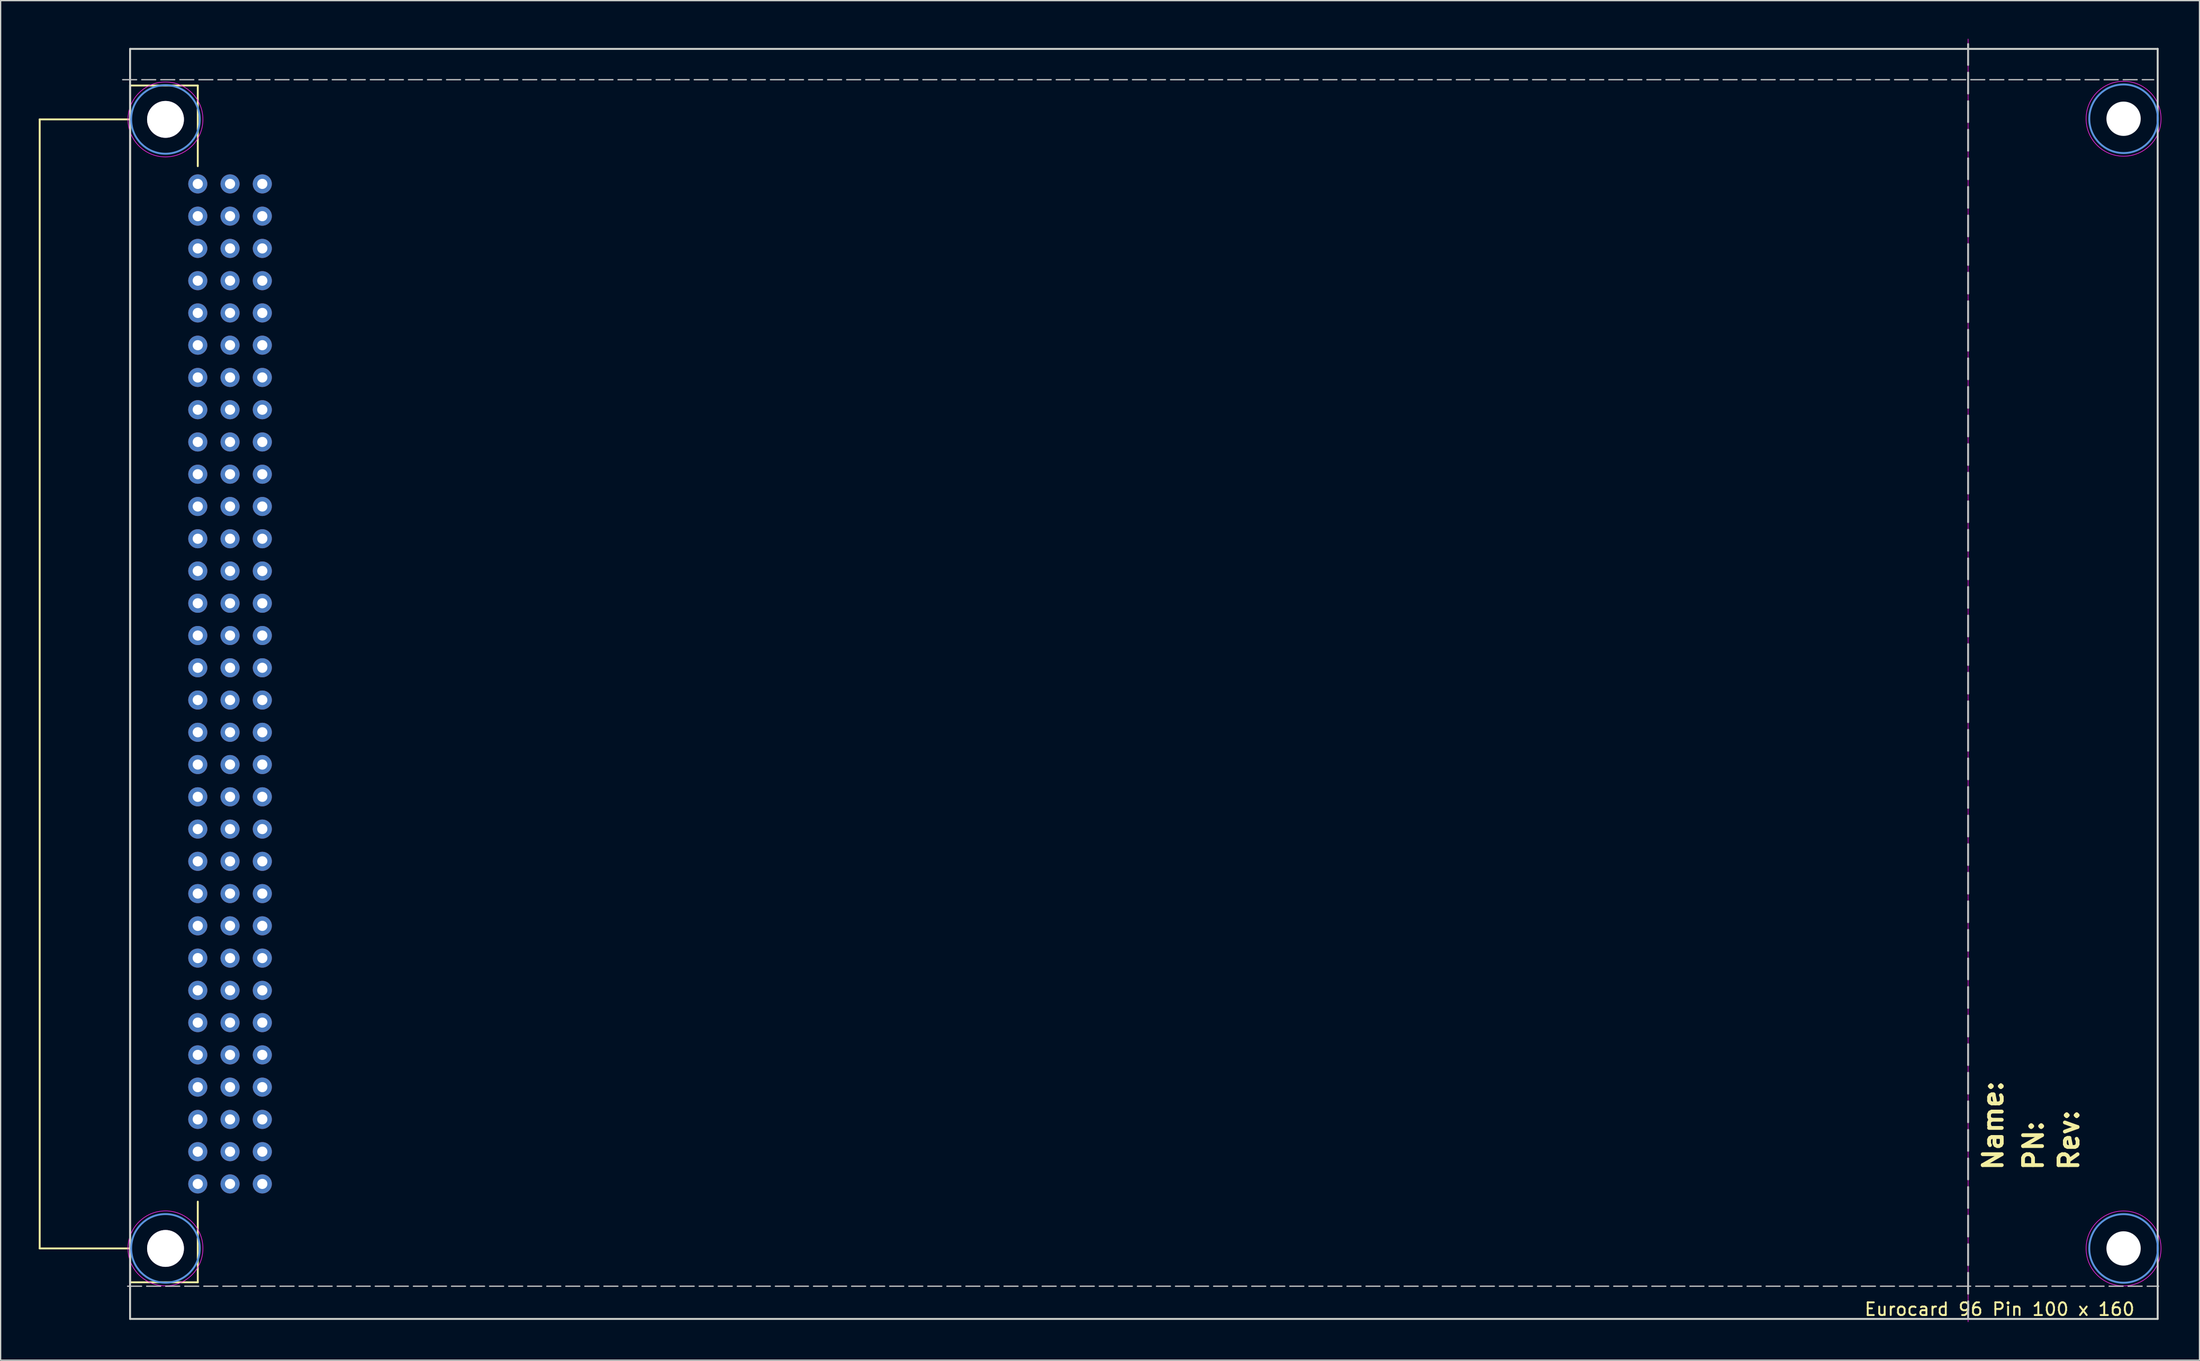
<source format=kicad_pcb>
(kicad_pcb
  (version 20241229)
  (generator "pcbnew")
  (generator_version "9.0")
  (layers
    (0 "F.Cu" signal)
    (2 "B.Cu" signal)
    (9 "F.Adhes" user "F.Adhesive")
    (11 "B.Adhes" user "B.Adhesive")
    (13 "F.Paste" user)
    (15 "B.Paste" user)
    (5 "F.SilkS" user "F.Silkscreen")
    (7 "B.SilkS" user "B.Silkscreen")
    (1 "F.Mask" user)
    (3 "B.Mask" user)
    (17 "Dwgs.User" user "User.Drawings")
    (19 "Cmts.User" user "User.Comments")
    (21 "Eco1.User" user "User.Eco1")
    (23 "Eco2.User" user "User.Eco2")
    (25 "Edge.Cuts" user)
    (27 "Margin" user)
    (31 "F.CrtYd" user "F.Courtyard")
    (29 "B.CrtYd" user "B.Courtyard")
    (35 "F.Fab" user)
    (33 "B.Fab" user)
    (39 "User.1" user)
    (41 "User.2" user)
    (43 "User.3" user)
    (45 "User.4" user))
  (footprint "Eurocard 96 Pin 100 x 160"
    (layer "F.Cu")
    (at 166.821 100.8)
    (property "Reference" "Eurocard 96 Pin 100 x 160" (at -12.446 -0.762 0) (unlocked yes) (layer "F.SilkS") (effects (font (size 1 1) (thickness 0.15))))
    (attr through_hole)
    (fp_line (start -166.746 -94.45) (end -159.634 -94.45) (stroke (width 0.15) (type solid)) (layer "F.SilkS"))
    (fp_line (start -166.746 -5.55) (end -166.746 -94.45) (stroke (width 0.15) (type solid)) (layer "F.SilkS"))
    (fp_line (start -159.634 -97.117) (end -154.3 -97.117) (stroke (width 0.15) (type solid)) (layer "F.SilkS"))
    (fp_line (start -159.634 -5.55) (end -166.746 -5.55) (stroke (width 0.15) (type solid)) (layer "F.SilkS"))
    (fp_line (start -159.634 -2.883) (end -159.634 -97.117) (stroke (width 0.15) (type solid)) (layer "F.SilkS"))
    (fp_line (start -154.3 -97.117) (end -154.3 -90.767) (stroke (width 0.15) (type solid)) (layer "F.SilkS"))
    (fp_line (start -154.3 -2.883) (end -159.634 -2.883) (stroke (width 0.15) (type solid)) (layer "F.SilkS"))
    (fp_line (start -154.3 -2.883) (end -154.3 -9.233) (stroke (width 0.15) (type solid)) (layer "F.SilkS"))
    (fp_line (start -160.215 -97.575) (end -0.315 -97.575) (stroke (width 0.1) (type dash)) (layer "Dwgs.User"))
    (fp_line (start -159.825 -2.575) (end 0.075 -2.575) (stroke (width 0.1) (type dash)) (layer "Dwgs.User"))
    (fp_line (start -14.925 -100.385) (end -14.925 -0.015) (stroke (width 0.15) (type dash)) (layer "Dwgs.User"))
    (fp_circle (center -156.845 -94.445) (end -154.145 -94.445) (stroke (width 0.15) (type solid)) (fill no) (layer "Cmts.User"))
    (fp_circle (center -156.845 -5.555) (end -154.145 -5.555) (stroke (width 0.15) (type solid)) (fill no) (layer "Cmts.User"))
    (fp_circle (center -2.685 -94.5) (end 0.015 -94.5) (stroke (width 0.15) (type solid)) (fill no) (layer "Cmts.User"))
    (fp_circle (center -2.685 -5.55) (end 0.015 -5.55) (stroke (width 0.15) (type solid)) (fill no) (layer "Cmts.User"))
    (fp_line (start -159.63 -100) (end -159.63 0) (stroke (width 0.15) (type solid)) (layer "Edge.Cuts"))
    (fp_line (start -159.63 0) (end 0 0) (stroke (width 0.15) (type solid)) (layer "Edge.Cuts"))
    (fp_line (start 0 -100) (end -159.63 -100) (stroke (width 0.15) (type solid)) (layer "Edge.Cuts"))
    (fp_line (start 0 -100) (end 0 -100) (stroke (width 0.15) (type solid)) (layer "Edge.Cuts"))
    (fp_line (start 0 0) (end 0 -100) (stroke (width 0.15) (type solid)) (layer "Edge.Cuts"))
    (fp_line (start -14.925 -97.625) (end -14.925 -100.775) (stroke (width 0.05) (type solid)) (layer "F.CrtYd"))
    (fp_line (start -14.925 -97.575) (end -14.925 -0.075) (stroke (width 0.05) (type solid)) (layer "F.CrtYd"))
    (fp_line (start -14.925 -0.075) (end -14.925 0.225) (stroke (width 0.05) (type solid)) (layer "F.CrtYd"))
    (fp_circle (center -156.845 -94.445) (end -153.895 -94.445) (stroke (width 0.05) (type solid)) (fill no) (layer "F.CrtYd"))
    (fp_circle (center -156.845 -5.555) (end -153.895 -5.555) (stroke (width 0.05) (type solid)) (fill no) (layer "F.CrtYd"))
    (fp_circle (center -2.685 -94.5) (end 0.265 -94.5) (stroke (width 0.05) (type solid)) (fill no) (layer "F.CrtYd"))
    (fp_circle (center -2.685 -5.55) (end 0.265 -5.55) (stroke (width 0.05) (type solid)) (fill no) (layer "F.CrtYd"))
    (fp_text user "Name: " (at -12.954 -11.557 90) (unlocked yes) (layer "F.SilkS") (effects (font (size 1.5 1.5) (thickness 0.3)) (justify left)))
    (fp_text user "PN: " (at -9.779 -11.557 90) (unlocked yes) (layer "F.SilkS") (effects (font (size 1.5 1.5) (thickness 0.3)) (justify left)))
    (fp_text user "Rev:" (at -6.985 -11.557 90) (unlocked yes) (layer "F.SilkS") (effects (font (size 1.5 1.5) (thickness 0.3)) (justify left)))
    (pad "" np_thru_hole circle (at -156.845 -94.445) (size 2.7 2.7) (drill 2.7) (layers "*.Cu" "*.Mask"))
    (pad "" np_thru_hole circle (at -156.845 -5.555) (size 2.7 2.7) (drill 2.7) (layers "*.Cu" "*.Mask"))
    (pad "" np_thru_hole circle (at -2.685 -94.5) (size 2.7 2.7) (drill 2.7) (layers "*.Cu" "*.Mask"))
    (pad "" np_thru_hole circle (at -2.685 -5.55) (size 2.7 2.7) (drill 2.7) (layers "*.Cu" "*.Mask"))
    (pad "1" thru_hole circle (at -156.84 -94.45 270) (size 2.901 2.901) (drill 2.901) (layers "*.Cu" "*.Mask"))
    (pad "1" thru_hole circle (at -156.84 -5.55 270) (size 2.901 2.901) (drill 2.901) (layers "*.Cu" "*.Mask"))
    (pad "1a" thru_hole circle (at -154.3 -10.63 90) (size 1.501 1.501) (drill 0.8) (layers "*.Cu" "*.Mask"))
    (pad "1b" thru_hole circle (at -151.76 -10.63 90) (size 1.501 1.501) (drill 0.8) (layers "*.Cu" "*.Mask"))
    (pad "1c" thru_hole circle (at -149.22 -10.63 90) (size 1.501 1.501) (drill 0.8) (layers "*.Cu" "*.Mask"))
    (pad "2a" thru_hole circle (at -154.3 -13.17 90) (size 1.501 1.501) (drill 0.8) (layers "*.Cu" "*.Mask"))
    (pad "2b" thru_hole circle (at -151.76 -13.17 90) (size 1.501 1.501) (drill 0.8) (layers "*.Cu" "*.Mask"))
    (pad "2c" thru_hole circle (at -149.22 -13.17 90) (size 1.501 1.501) (drill 0.8) (layers "*.Cu" "*.Mask"))
    (pad "3a" thru_hole circle (at -154.3 -15.71 90) (size 1.501 1.501) (drill 0.8) (layers "*.Cu" "*.Mask"))
    (pad "3b" thru_hole circle (at -151.76 -15.71 90) (size 1.501 1.501) (drill 0.8) (layers "*.Cu" "*.Mask"))
    (pad "3c" thru_hole circle (at -149.22 -15.71 90) (size 1.501 1.501) (drill 0.8) (layers "*.Cu" "*.Mask"))
    (pad "4a" thru_hole circle (at -154.3 -18.25 90) (size 1.501 1.501) (drill 0.8) (layers "*.Cu" "*.Mask"))
    (pad "4b" thru_hole circle (at -151.76 -18.25 90) (size 1.501 1.501) (drill 0.8) (layers "*.Cu" "*.Mask"))
    (pad "4c" thru_hole circle (at -149.22 -18.25 90) (size 1.501 1.501) (drill 0.8) (layers "*.Cu" "*.Mask"))
    (pad "5a" thru_hole circle (at -154.3 -20.79 90) (size 1.501 1.501) (drill 0.8) (layers "*.Cu" "*.Mask"))
    (pad "5b" thru_hole circle (at -151.76 -20.79 90) (size 1.501 1.501) (drill 0.8) (layers "*.Cu" "*.Mask"))
    (pad "5c" thru_hole circle (at -149.22 -20.79 90) (size 1.501 1.501) (drill 0.8) (layers "*.Cu" "*.Mask"))
    (pad "6a" thru_hole circle (at -154.3 -23.33 90) (size 1.501 1.501) (drill 0.8) (layers "*.Cu" "*.Mask"))
    (pad "6b" thru_hole circle (at -151.76 -23.33 90) (size 1.501 1.501) (drill 0.8) (layers "*.Cu" "*.Mask"))
    (pad "6c" thru_hole circle (at -149.22 -23.33 90) (size 1.501 1.501) (drill 0.8) (layers "*.Cu" "*.Mask"))
    (pad "7a" thru_hole circle (at -154.3 -25.87 90) (size 1.501 1.501) (drill 0.8) (layers "*.Cu" "*.Mask"))
    (pad "7b" thru_hole circle (at -151.76 -25.87 90) (size 1.501 1.501) (drill 0.8) (layers "*.Cu" "*.Mask"))
    (pad "7c" thru_hole circle (at -149.22 -25.87 90) (size 1.501 1.501) (drill 0.8) (layers "*.Cu" "*.Mask"))
    (pad "8a" thru_hole circle (at -154.3 -28.41 90) (size 1.501 1.501) (drill 0.8) (layers "*.Cu" "*.Mask"))
    (pad "8b" thru_hole circle (at -151.76 -28.41 90) (size 1.501 1.501) (drill 0.8) (layers "*.Cu" "*.Mask"))
    (pad "8c" thru_hole circle (at -149.22 -28.41 90) (size 1.501 1.501) (drill 0.8) (layers "*.Cu" "*.Mask"))
    (pad "9a" thru_hole circle (at -154.3 -30.95 90) (size 1.501 1.501) (drill 0.8) (layers "*.Cu" "*.Mask"))
    (pad "9b" thru_hole circle (at -151.76 -30.95 90) (size 1.501 1.501) (drill 0.8) (layers "*.Cu" "*.Mask"))
    (pad "9c" thru_hole circle (at -149.22 -30.95 90) (size 1.501 1.501) (drill 0.8) (layers "*.Cu" "*.Mask"))
    (pad "10a" thru_hole circle (at -154.3 -33.49 90) (size 1.501 1.501) (drill 0.8) (layers "*.Cu" "*.Mask"))
    (pad "10b" thru_hole circle (at -151.76 -33.49 90) (size 1.501 1.501) (drill 0.8) (layers "*.Cu" "*.Mask"))
    (pad "10c" thru_hole circle (at -149.22 -33.49 90) (size 1.501 1.501) (drill 0.8) (layers "*.Cu" "*.Mask"))
    (pad "11a" thru_hole circle (at -154.3 -36.03 90) (size 1.501 1.501) (drill 0.8) (layers "*.Cu" "*.Mask"))
    (pad "11b" thru_hole circle (at -151.76 -36.03 90) (size 1.501 1.501) (drill 0.8) (layers "*.Cu" "*.Mask"))
    (pad "11c" thru_hole circle (at -149.22 -36.03 90) (size 1.501 1.501) (drill 0.8) (layers "*.Cu" "*.Mask"))
    (pad "12a" thru_hole circle (at -154.3 -38.57 90) (size 1.501 1.501) (drill 0.8) (layers "*.Cu" "*.Mask"))
    (pad "12b" thru_hole circle (at -151.76 -38.57 90) (size 1.501 1.501) (drill 0.8) (layers "*.Cu" "*.Mask"))
    (pad "12c" thru_hole circle (at -149.22 -38.57 90) (size 1.501 1.501) (drill 0.8) (layers "*.Cu" "*.Mask"))
    (pad "13a" thru_hole circle (at -154.3 -41.11 90) (size 1.501 1.501) (drill 0.8) (layers "*.Cu" "*.Mask"))
    (pad "13b" thru_hole circle (at -151.76 -41.11 90) (size 1.501 1.501) (drill 0.8) (layers "*.Cu" "*.Mask"))
    (pad "13c" thru_hole circle (at -149.22 -41.11 90) (size 1.501 1.501) (drill 0.8) (layers "*.Cu" "*.Mask"))
    (pad "14a" thru_hole circle (at -154.3 -43.65 90) (size 1.501 1.501) (drill 0.8) (layers "*.Cu" "*.Mask"))
    (pad "14b" thru_hole circle (at -151.76 -43.65 90) (size 1.501 1.501) (drill 0.8) (layers "*.Cu" "*.Mask"))
    (pad "14c" thru_hole circle (at -149.22 -43.65 90) (size 1.501 1.501) (drill 0.8) (layers "*.Cu" "*.Mask"))
    (pad "15a" thru_hole circle (at -154.3 -46.19 90) (size 1.501 1.501) (drill 0.8) (layers "*.Cu" "*.Mask"))
    (pad "15b" thru_hole circle (at -151.76 -46.19 90) (size 1.501 1.501) (drill 0.8) (layers "*.Cu" "*.Mask"))
    (pad "15c" thru_hole circle (at -149.22 -46.19 90) (size 1.501 1.501) (drill 0.8) (layers "*.Cu" "*.Mask"))
    (pad "16a" thru_hole circle (at -154.3 -48.73 90) (size 1.501 1.501) (drill 0.8) (layers "*.Cu" "*.Mask"))
    (pad "16b" thru_hole circle (at -151.76 -48.73 90) (size 1.501 1.501) (drill 0.8) (layers "*.Cu" "*.Mask"))
    (pad "16c" thru_hole circle (at -149.22 -48.73 90) (size 1.501 1.501) (drill 0.8) (layers "*.Cu" "*.Mask"))
    (pad "17a" thru_hole circle (at -154.3 -51.27 90) (size 1.501 1.501) (drill 0.8) (layers "*.Cu" "*.Mask"))
    (pad "17b" thru_hole circle (at -151.76 -51.27 90) (size 1.501 1.501) (drill 0.8) (layers "*.Cu" "*.Mask"))
    (pad "17c" thru_hole circle (at -149.22 -51.27 90) (size 1.501 1.501) (drill 0.8) (layers "*.Cu" "*.Mask"))
    (pad "18a" thru_hole circle (at -154.3 -53.81 90) (size 1.501 1.501) (drill 0.8) (layers "*.Cu" "*.Mask"))
    (pad "18b" thru_hole circle (at -151.76 -53.81 90) (size 1.501 1.501) (drill 0.8) (layers "*.Cu" "*.Mask"))
    (pad "18c" thru_hole circle (at -149.22 -53.81 90) (size 1.501 1.501) (drill 0.8) (layers "*.Cu" "*.Mask"))
    (pad "19a" thru_hole circle (at -154.3 -56.35 90) (size 1.501 1.501) (drill 0.8) (layers "*.Cu" "*.Mask"))
    (pad "19b" thru_hole circle (at -151.76 -56.35 90) (size 1.501 1.501) (drill 0.8) (layers "*.Cu" "*.Mask"))
    (pad "19c" thru_hole circle (at -149.22 -56.35 90) (size 1.501 1.501) (drill 0.8) (layers "*.Cu" "*.Mask"))
    (pad "20a" thru_hole circle (at -154.3 -58.89 90) (size 1.501 1.501) (drill 0.8) (layers "*.Cu" "*.Mask"))
    (pad "20b" thru_hole circle (at -151.76 -58.89 90) (size 1.501 1.501) (drill 0.8) (layers "*.Cu" "*.Mask"))
    (pad "20c" thru_hole circle (at -149.22 -58.89 90) (size 1.501 1.501) (drill 0.8) (layers "*.Cu" "*.Mask"))
    (pad "21a" thru_hole circle (at -154.3 -61.43 90) (size 1.501 1.501) (drill 0.8) (layers "*.Cu" "*.Mask"))
    (pad "21b" thru_hole circle (at -151.76 -61.43 90) (size 1.501 1.501) (drill 0.8) (layers "*.Cu" "*.Mask"))
    (pad "21c" thru_hole circle (at -149.22 -61.43 90) (size 1.501 1.501) (drill 0.8) (layers "*.Cu" "*.Mask"))
    (pad "22a" thru_hole circle (at -154.3 -63.97 90) (size 1.501 1.501) (drill 0.8) (layers "*.Cu" "*.Mask"))
    (pad "22b" thru_hole circle (at -151.76 -63.97 90) (size 1.501 1.501) (drill 0.8) (layers "*.Cu" "*.Mask"))
    (pad "22c" thru_hole circle (at -149.22 -63.97 90) (size 1.501 1.501) (drill 0.8) (layers "*.Cu" "*.Mask"))
    (pad "23a" thru_hole circle (at -154.3 -66.51 90) (size 1.501 1.501) (drill 0.8) (layers "*.Cu" "*.Mask"))
    (pad "23b" thru_hole circle (at -151.76 -66.51 90) (size 1.501 1.501) (drill 0.8) (layers "*.Cu" "*.Mask"))
    (pad "23c" thru_hole circle (at -149.22 -66.51 90) (size 1.501 1.501) (drill 0.8) (layers "*.Cu" "*.Mask"))
    (pad "24a" thru_hole circle (at -154.3 -69.05 90) (size 1.501 1.501) (drill 0.8) (layers "*.Cu" "*.Mask"))
    (pad "24b" thru_hole circle (at -151.76 -69.05 90) (size 1.501 1.501) (drill 0.8) (layers "*.Cu" "*.Mask"))
    (pad "24c" thru_hole circle (at -149.22 -69.05 90) (size 1.501 1.501) (drill 0.8) (layers "*.Cu" "*.Mask"))
    (pad "25a" thru_hole circle (at -154.3 -71.59 90) (size 1.501 1.501) (drill 0.8) (layers "*.Cu" "*.Mask"))
    (pad "25b" thru_hole circle (at -151.76 -71.59 90) (size 1.501 1.501) (drill 0.8) (layers "*.Cu" "*.Mask"))
    (pad "25c" thru_hole circle (at -149.22 -71.59 90) (size 1.501 1.501) (drill 0.8) (layers "*.Cu" "*.Mask"))
    (pad "26a" thru_hole circle (at -154.3 -74.13 90) (size 1.501 1.501) (drill 0.8) (layers "*.Cu" "*.Mask"))
    (pad "26b" thru_hole circle (at -151.76 -74.13 90) (size 1.501 1.501) (drill 0.8) (layers "*.Cu" "*.Mask"))
    (pad "26c" thru_hole circle (at -149.22 -74.13 90) (size 1.501 1.501) (drill 0.8) (layers "*.Cu" "*.Mask"))
    (pad "27a" thru_hole circle (at -154.3 -76.67 90) (size 1.501 1.501) (drill 0.8) (layers "*.Cu" "*.Mask"))
    (pad "27b" thru_hole circle (at -151.76 -76.67 90) (size 1.501 1.501) (drill 0.8) (layers "*.Cu" "*.Mask"))
    (pad "27c" thru_hole circle (at -149.22 -76.67 90) (size 1.501 1.501) (drill 0.8) (layers "*.Cu" "*.Mask"))
    (pad "28a" thru_hole circle (at -154.3 -79.21 90) (size 1.501 1.501) (drill 0.8) (layers "*.Cu" "*.Mask"))
    (pad "28b" thru_hole circle (at -151.76 -79.21 90) (size 1.501 1.501) (drill 0.8) (layers "*.Cu" "*.Mask"))
    (pad "28c" thru_hole circle (at -149.22 -79.21 90) (size 1.501 1.501) (drill 0.8) (layers "*.Cu" "*.Mask"))
    (pad "29a" thru_hole circle (at -154.3 -81.75 90) (size 1.501 1.501) (drill 0.8) (layers "*.Cu" "*.Mask"))
    (pad "29b" thru_hole circle (at -151.76 -81.75 90) (size 1.501 1.501) (drill 0.8) (layers "*.Cu" "*.Mask"))
    (pad "29c" thru_hole circle (at -149.22 -81.75 90) (size 1.501 1.501) (drill 0.8) (layers "*.Cu" "*.Mask"))
    (pad "30a" thru_hole circle (at -154.3 -84.29 90) (size 1.501 1.501) (drill 0.8) (layers "*.Cu" "*.Mask"))
    (pad "30b" thru_hole circle (at -151.76 -84.29 90) (size 1.501 1.501) (drill 0.8) (layers "*.Cu" "*.Mask"))
    (pad "30c" thru_hole circle (at -149.22 -84.29 90) (size 1.501 1.501) (drill 0.8) (layers "*.Cu" "*.Mask"))
    (pad "31a" thru_hole circle (at -154.3 -86.83 90) (size 1.501 1.501) (drill 0.8) (layers "*.Cu" "*.Mask"))
    (pad "31b" thru_hole circle (at -151.76 -86.83 90) (size 1.501 1.501) (drill 0.8) (layers "*.Cu" "*.Mask"))
    (pad "31c" thru_hole circle (at -149.22 -86.83 90) (size 1.501 1.501) (drill 0.8) (layers "*.Cu" "*.Mask"))
    (pad "32a" thru_hole circle (at -154.3 -89.37 90) (size 1.501 1.501) (drill 0.8) (layers "*.Cu" "*.Mask"))
    (pad "32b" thru_hole circle (at -151.76 -89.37 90) (size 1.501 1.501) (drill 0.8) (layers "*.Cu" "*.Mask"))
    (pad "32c" thru_hole circle (at -149.22 -89.37 90) (size 1.501 1.501) (drill 0.8) (layers "*.Cu" "*.Mask")))
  (gr_rect
    (start -3 -3)
    (end 170.111 104.05)
    (stroke (width 0.1) (type default))
    (fill no)
    (layer "Edge.Cuts")))
</source>
